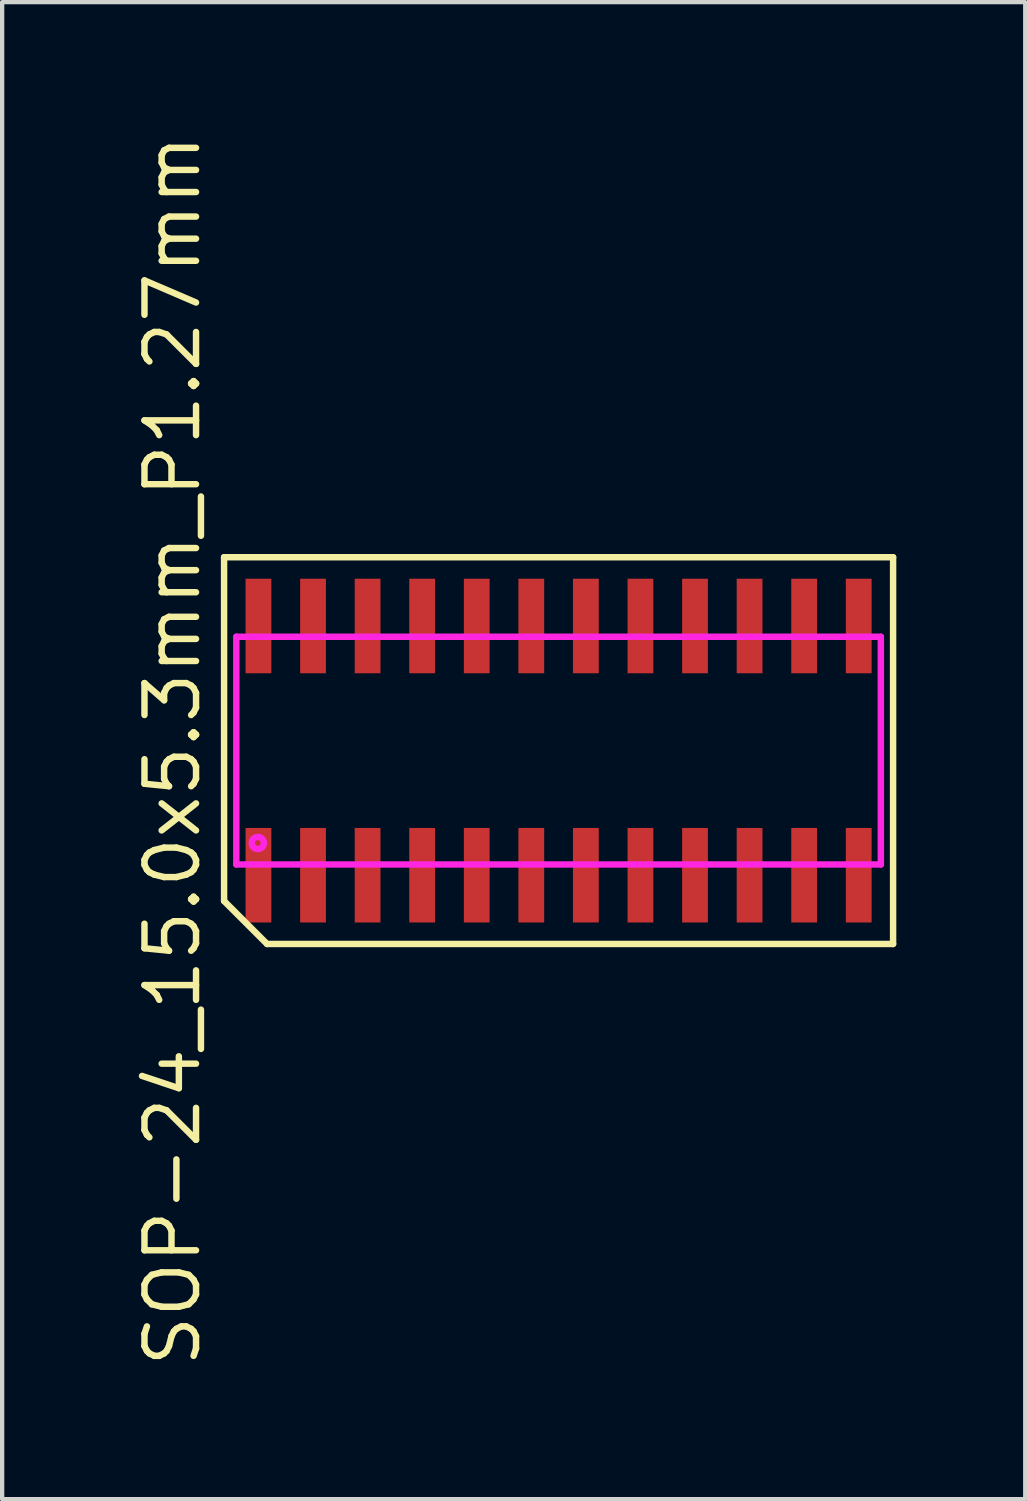
<source format=kicad_pcb>
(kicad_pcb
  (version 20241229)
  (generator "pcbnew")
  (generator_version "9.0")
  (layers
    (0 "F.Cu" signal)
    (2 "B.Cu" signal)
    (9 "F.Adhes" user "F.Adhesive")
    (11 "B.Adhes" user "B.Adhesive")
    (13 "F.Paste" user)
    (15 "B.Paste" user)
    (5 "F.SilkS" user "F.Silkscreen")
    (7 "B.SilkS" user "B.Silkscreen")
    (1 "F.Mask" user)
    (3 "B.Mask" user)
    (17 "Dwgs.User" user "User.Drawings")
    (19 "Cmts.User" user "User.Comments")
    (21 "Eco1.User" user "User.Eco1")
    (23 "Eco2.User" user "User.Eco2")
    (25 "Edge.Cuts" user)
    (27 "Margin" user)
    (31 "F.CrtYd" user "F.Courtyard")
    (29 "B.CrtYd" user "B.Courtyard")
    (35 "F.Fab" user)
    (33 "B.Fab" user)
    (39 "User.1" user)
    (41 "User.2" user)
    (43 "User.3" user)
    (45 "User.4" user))
  (footprint "SOP-24_15.0x5.3mm_P1.27mm"
    (layer "F.Cu")
    (at 9.95 14.419)
    (property "Reference" "SOP-24_15.0x5.3mm_P1.27mm" (at -8.985 0 90) (layer "F.SilkS") (effects (font (size 1.2 1.2) (thickness 0.15))))
    (attr through_hole)
    (fp_line (start -7.785 -4.5) (end -7.785 3.5) (stroke (width 0.15) (type solid)) (layer "F.SilkS"))
    (fp_line (start -6.785 4.5) (end -7.785 3.5) (stroke (width 0.15) (type solid)) (layer "F.SilkS"))
    (fp_line (start -6.785 4.5) (end 7.785 4.5) (stroke (width 0.15) (type solid)) (layer "F.SilkS"))
    (fp_line (start 7.785 -4.5) (end -7.785 -4.5) (stroke (width 0.15) (type solid)) (layer "F.SilkS"))
    (fp_line (start 7.785 4.5) (end 7.785 -4.5) (stroke (width 0.15) (type solid)) (layer "F.SilkS"))
    (fp_line (start -7.5 -2.65) (end 7.5 -2.65) (stroke (width 0.15) (type solid)) (layer "F.CrtYd"))
    (fp_line (start -7.5 2.65) (end -7.5 -2.65) (stroke (width 0.15) (type solid)) (layer "F.CrtYd"))
    (fp_line (start -7.5 2.65) (end 7.5 2.65) (stroke (width 0.15) (type solid)) (layer "F.CrtYd"))
    (fp_line (start 7.5 -2.65) (end 7.5 2.65) (stroke (width 0.15) (type solid)) (layer "F.CrtYd"))
    (fp_circle (center -7 2.15) (end -7.1 2.25) (stroke (width 0.15) (type solid)) (fill no) (layer "F.CrtYd"))
    (pad "1" smd rect (at -6.985 2.9) (size 0.6 2.2) (layers "F.Cu" "F.Mask" "F.Paste"))
    (pad "2" smd rect (at -5.715 2.9) (size 0.6 2.2) (layers "F.Cu" "F.Mask" "F.Paste"))
    (pad "3" smd rect (at -4.445 2.9) (size 0.6 2.2) (layers "F.Cu" "F.Mask" "F.Paste"))
    (pad "4" smd rect (at -3.175 2.9) (size 0.6 2.2) (layers "F.Cu" "F.Mask" "F.Paste"))
    (pad "5" smd rect (at -1.905 2.9) (size 0.6 2.2) (layers "F.Cu" "F.Mask" "F.Paste"))
    (pad "6" smd rect (at -0.635 2.9) (size 0.6 2.2) (layers "F.Cu" "F.Mask" "F.Paste"))
    (pad "7" smd rect (at 0.635 2.9) (size 0.6 2.2) (layers "F.Cu" "F.Mask" "F.Paste"))
    (pad "8" smd rect (at 1.905 2.9) (size 0.6 2.2) (layers "F.Cu" "F.Mask" "F.Paste"))
    (pad "9" smd rect (at 3.175 2.9) (size 0.6 2.2) (layers "F.Cu" "F.Mask" "F.Paste"))
    (pad "10" smd rect (at 4.445 2.9) (size 0.6 2.2) (layers "F.Cu" "F.Mask" "F.Paste"))
    (pad "11" smd rect (at 5.715 2.9) (size 0.6 2.2) (layers "F.Cu" "F.Mask" "F.Paste"))
    (pad "12" smd rect (at 6.985 2.9) (size 0.6 2.2) (layers "F.Cu" "F.Mask" "F.Paste"))
    (pad "13" smd rect (at 6.985 -2.9) (size 0.6 2.2) (layers "F.Cu" "F.Mask" "F.Paste"))
    (pad "14" smd rect (at 5.715 -2.9) (size 0.6 2.2) (layers "F.Cu" "F.Mask" "F.Paste"))
    (pad "15" smd rect (at 4.445 -2.9) (size 0.6 2.2) (layers "F.Cu" "F.Mask" "F.Paste"))
    (pad "16" smd rect (at 3.175 -2.9) (size 0.6 2.2) (layers "F.Cu" "F.Mask" "F.Paste"))
    (pad "17" smd rect (at 1.905 -2.9) (size 0.6 2.2) (layers "F.Cu" "F.Mask" "F.Paste"))
    (pad "18" smd rect (at 0.635 -2.9) (size 0.6 2.2) (layers "F.Cu" "F.Mask" "F.Paste"))
    (pad "19" smd rect (at -0.635 -2.9) (size 0.6 2.2) (layers "F.Cu" "F.Mask" "F.Paste"))
    (pad "20" smd rect (at -1.905 -2.9) (size 0.6 2.2) (layers "F.Cu" "F.Mask" "F.Paste"))
    (pad "21" smd rect (at -3.175 -2.9) (size 0.6 2.2) (layers "F.Cu" "F.Mask" "F.Paste"))
    (pad "22" smd rect (at -4.445 -2.9) (size 0.6 2.2) (layers "F.Cu" "F.Mask" "F.Paste"))
    (pad "23" smd rect (at -5.715 -2.9) (size 0.6 2.2) (layers "F.Cu" "F.Mask" "F.Paste"))
    (pad "24" smd rect (at -6.985 -2.9) (size 0.6 2.2) (layers "F.Cu" "F.Mask" "F.Paste")))
  (gr_rect
    (start -3 -3)
    (end 20.81 31.839)
    (stroke (width 0.1) (type default))
    (fill no)
    (layer "Edge.Cuts")))
</source>
